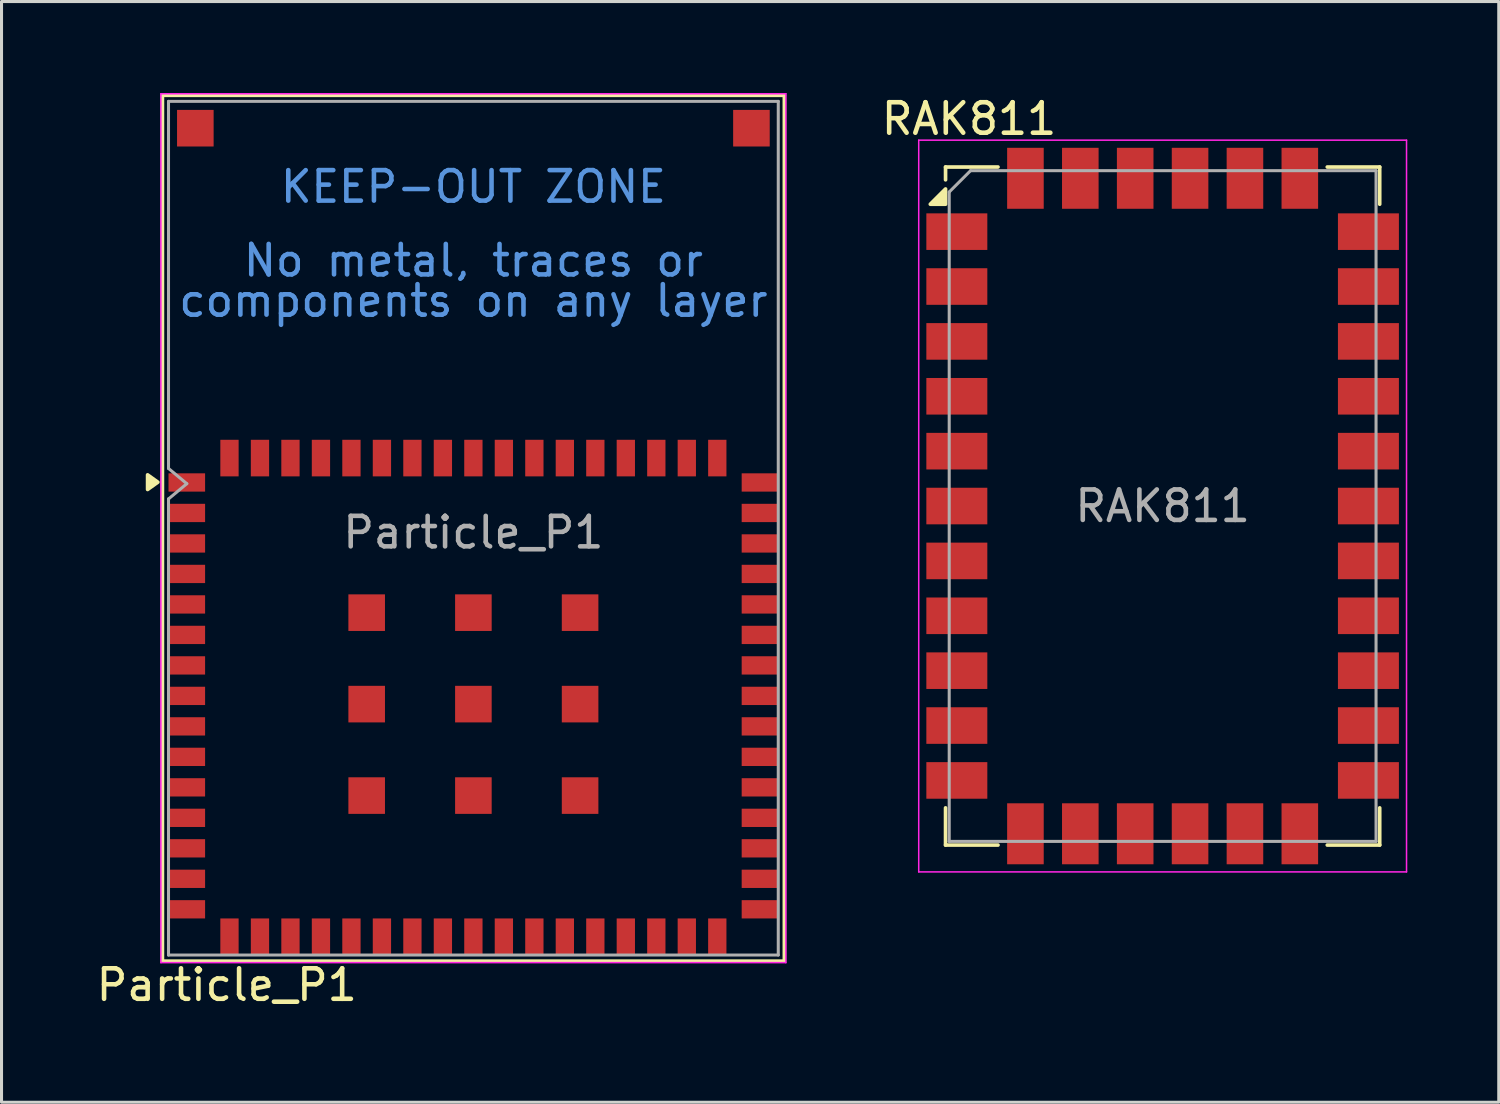
<source format=kicad_pcb>
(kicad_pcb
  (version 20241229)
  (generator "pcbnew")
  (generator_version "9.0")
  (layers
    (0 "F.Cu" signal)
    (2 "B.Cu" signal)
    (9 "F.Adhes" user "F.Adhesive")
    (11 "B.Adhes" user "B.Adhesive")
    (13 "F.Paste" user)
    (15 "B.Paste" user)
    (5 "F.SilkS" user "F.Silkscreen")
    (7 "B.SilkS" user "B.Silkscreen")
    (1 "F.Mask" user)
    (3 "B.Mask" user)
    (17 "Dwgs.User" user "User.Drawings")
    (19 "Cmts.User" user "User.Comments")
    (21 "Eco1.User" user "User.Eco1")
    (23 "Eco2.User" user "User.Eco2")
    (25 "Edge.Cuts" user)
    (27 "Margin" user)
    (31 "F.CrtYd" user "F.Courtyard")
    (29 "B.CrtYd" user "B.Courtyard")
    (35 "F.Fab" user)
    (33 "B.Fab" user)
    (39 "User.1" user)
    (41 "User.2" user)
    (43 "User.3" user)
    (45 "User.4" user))
  (footprint "RAK811"
    (layer "F.Cu")
    (at 35.084 13.548)
    (property "Reference" "RAK811" (at -6.35 -12.7 0) (layer "F.SilkS") (effects (font (size 1 1) (thickness 0.15))))
    (attr smd)
    (fp_line (start -7.12 -11.12) (end -7.12 -10.7) (stroke (width 0.12) (type solid)) (layer "F.SilkS"))
    (fp_line (start -7.12 -11.12) (end -5.4 -11.12) (stroke (width 0.12) (type solid)) (layer "F.SilkS"))
    (fp_line (start -7.12 11.12) (end -7.12 9.9) (stroke (width 0.12) (type solid)) (layer "F.SilkS"))
    (fp_line (start -5.4 11.12) (end -7.12 11.12) (stroke (width 0.12) (type solid)) (layer "F.SilkS"))
    (fp_line (start 5.4 -11.12) (end 7.12 -11.12) (stroke (width 0.12) (type solid)) (layer "F.SilkS"))
    (fp_line (start 5.4 11.12) (end 7.12 11.12) (stroke (width 0.12) (type solid)) (layer "F.SilkS"))
    (fp_line (start 7.12 -11.12) (end 7.12 -9.9) (stroke (width 0.12) (type solid)) (layer "F.SilkS"))
    (fp_line (start 7.12 9.9) (end 7.12 11.12) (stroke (width 0.12) (type solid)) (layer "F.SilkS"))
    (fp_poly (pts (xy -7.12 -9.9) (xy -7.62 -9.9) (xy -7.12 -10.4) (xy -7.12 -9.9)) (stroke (width 0.12) (type solid)) (fill yes) (layer "F.SilkS"))
    (fp_line (start -8 -12) (end -8 12) (stroke (width 0.05) (type solid)) (layer "F.CrtYd"))
    (fp_line (start -8 -12) (end 8 -12) (stroke (width 0.05) (type solid)) (layer "F.CrtYd"))
    (fp_line (start -8 12) (end 8 12) (stroke (width 0.05) (type solid)) (layer "F.CrtYd"))
    (fp_line (start 8 -12) (end 8 12) (stroke (width 0.05) (type solid)) (layer "F.CrtYd"))
    (fp_line (start -7 -10.3) (end -7 11) (stroke (width 0.1) (type solid)) (layer "F.Fab"))
    (fp_line (start -6.3 -11) (end -7 -10.3) (stroke (width 0.1) (type solid)) (layer "F.Fab"))
    (fp_line (start 7 -11) (end -6.3 -11) (stroke (width 0.1) (type solid)) (layer "F.Fab"))
    (fp_line (start 7 -11) (end 7 11) (stroke (width 0.1) (type solid)) (layer "F.Fab"))
    (fp_line (start 7 11) (end -7 11) (stroke (width 0.1) (type solid)) (layer "F.Fab"))
    (fp_text user "${REFERENCE}" (at 0 0 0) (layer "F.Fab") (effects (font (size 1 1) (thickness 0.15))))
    (pad "1" smd rect (at -6.75 -9) (size 2 1.2) (layers "F.Cu" "F.Mask" "F.Paste"))
    (pad "2" smd rect (at -6.75 -7.2) (size 2 1.2) (layers "F.Cu" "F.Mask" "F.Paste"))
    (pad "3" smd rect (at -6.75 -5.4) (size 2 1.2) (layers "F.Cu" "F.Mask" "F.Paste"))
    (pad "4" smd rect (at -6.75 -3.6) (size 2 1.2) (layers "F.Cu" "F.Mask" "F.Paste"))
    (pad "5" smd rect (at -6.75 -1.8) (size 2 1.2) (layers "F.Cu" "F.Mask" "F.Paste"))
    (pad "6" smd rect (at -6.75 0) (size 2 1.2) (layers "F.Cu" "F.Mask" "F.Paste"))
    (pad "7" smd rect (at -6.75 1.8) (size 2 1.2) (layers "F.Cu" "F.Mask" "F.Paste"))
    (pad "8" smd rect (at -6.75 3.6) (size 2 1.2) (layers "F.Cu" "F.Mask" "F.Paste"))
    (pad "9" smd rect (at -6.75 5.4) (size 2 1.2) (layers "F.Cu" "F.Mask" "F.Paste"))
    (pad "10" smd rect (at -6.75 7.2) (size 2 1.2) (layers "F.Cu" "F.Mask" "F.Paste"))
    (pad "11" smd rect (at -6.75 9) (size 2 1.2) (layers "F.Cu" "F.Mask" "F.Paste"))
    (pad "12" smd rect (at -4.5 10.75) (size 1.2 2) (layers "F.Cu" "F.Mask" "F.Paste"))
    (pad "13" smd rect (at -2.7 10.75) (size 1.2 2) (layers "F.Cu" "F.Mask" "F.Paste"))
    (pad "14" smd rect (at -0.9 10.75) (size 1.2 2) (layers "F.Cu" "F.Mask" "F.Paste"))
    (pad "15" smd rect (at 0.9 10.75) (size 1.2 2) (layers "F.Cu" "F.Mask" "F.Paste"))
    (pad "16" smd rect (at 2.7 10.75) (size 1.2 2) (layers "F.Cu" "F.Mask" "F.Paste"))
    (pad "17" smd rect (at 4.5 10.75) (size 1.2 2) (layers "F.Cu" "F.Mask" "F.Paste"))
    (pad "18" smd rect (at 6.75 9) (size 2 1.2) (layers "F.Cu" "F.Mask" "F.Paste"))
    (pad "19" smd rect (at 6.75 7.2) (size 2 1.2) (layers "F.Cu" "F.Mask" "F.Paste"))
    (pad "20" smd rect (at 6.75 5.4) (size 2 1.2) (layers "F.Cu" "F.Mask" "F.Paste"))
    (pad "21" smd rect (at 6.75 3.6) (size 2 1.2) (layers "F.Cu" "F.Mask" "F.Paste"))
    (pad "22" smd rect (at 6.75 1.8) (size 2 1.2) (layers "F.Cu" "F.Mask" "F.Paste"))
    (pad "23" smd rect (at 6.75 0) (size 2 1.2) (layers "F.Cu" "F.Mask" "F.Paste"))
    (pad "24" smd rect (at 6.75 -1.8) (size 2 1.2) (layers "F.Cu" "F.Mask" "F.Paste"))
    (pad "25" smd rect (at 6.75 -3.6) (size 2 1.2) (layers "F.Cu" "F.Mask" "F.Paste"))
    (pad "26" smd rect (at 6.75 -5.4) (size 2 1.2) (layers "F.Cu" "F.Mask" "F.Paste"))
    (pad "27" smd rect (at 6.75 -7.2) (size 2 1.2) (layers "F.Cu" "F.Mask" "F.Paste"))
    (pad "28" smd rect (at 6.75 -9) (size 2 1.2) (layers "F.Cu" "F.Mask" "F.Paste"))
    (pad "29" smd rect (at 4.5 -10.75) (size 1.2 2) (layers "F.Cu" "F.Mask" "F.Paste"))
    (pad "30" smd rect (at 2.7 -10.75) (size 1.2 2) (layers "F.Cu" "F.Mask" "F.Paste"))
    (pad "31" smd rect (at 0.9 -10.75) (size 1.2 2) (layers "F.Cu" "F.Mask" "F.Paste"))
    (pad "32" smd rect (at -0.9 -10.75) (size 1.2 2) (layers "F.Cu" "F.Mask" "F.Paste"))
    (pad "33" smd rect (at -2.7 -10.75) (size 1.2 2) (layers "F.Cu" "F.Mask" "F.Paste"))
    (pad "34" smd rect (at -4.5 -10.75) (size 1.2 2) (layers "F.Cu" "F.Mask" "F.Paste")))
  (footprint "Particle_P1"
    (layer "F.Cu")
    (at 12.477 14.415)
    (property "Reference" "Particle_P1" (at -8.09 14.84 180) (layer "F.SilkS") (effects (font (size 1 1) (thickness 0.15))))
    (attr smd)
    (fp_line (start -10.2 -14.34) (end 10.2 -14.34) (stroke (width 0.12) (type solid)) (layer "F.SilkS"))
    (fp_line (start -10.2 14.06) (end -10.2 -14.34) (stroke (width 0.12) (type solid)) (layer "F.SilkS"))
    (fp_line (start 10.2 -14.34) (end 10.2 14.06) (stroke (width 0.12) (type solid)) (layer "F.SilkS"))
    (fp_line (start 10.2 14.06) (end -10.2 14.06) (stroke (width 0.12) (type solid)) (layer "F.SilkS"))
    (fp_poly (pts (xy -10.35 -1.65) (xy -10.686 -1.41) (xy -10.686 -1.89) (xy -10.35 -1.65)) (stroke (width 0.12) (type solid)) (fill yes) (layer "F.SilkS"))
    (fp_line (start -10.25 14.11) (end -10.25 -14.39) (stroke (width 0.05) (type solid)) (layer "F.CrtYd"))
    (fp_line (start -10.25 14.11) (end 10.25 14.11) (stroke (width 0.05) (type solid)) (layer "F.CrtYd"))
    (fp_line (start 10.25 -14.39) (end -10.25 -14.39) (stroke (width 0.05) (type solid)) (layer "F.CrtYd"))
    (fp_line (start 10.25 -14.39) (end 10.25 14.11) (stroke (width 0.05) (type solid)) (layer "F.CrtYd"))
    (fp_line (start -10 -2.1) (end -10 -14.14) (stroke (width 0.1) (type solid)) (layer "F.Fab"))
    (fp_line (start -10 -2.1) (end -9.4 -1.6) (stroke (width 0.1) (type solid)) (layer "F.Fab"))
    (fp_line (start -10 13.86) (end -10 -1.1) (stroke (width 0.1) (type solid)) (layer "F.Fab"))
    (fp_line (start -10 13.86) (end 10 13.86) (stroke (width 0.1) (type solid)) (layer "F.Fab"))
    (fp_line (start -9.4 -1.6) (end -10 -1.1) (stroke (width 0.1) (type solid)) (layer "F.Fab"))
    (fp_line (start 10 -14.14) (end -10 -14.14) (stroke (width 0.1) (type solid)) (layer "F.Fab"))
    (fp_line (start 10 13.86) (end 10 -14.14) (stroke (width 0.1) (type solid)) (layer "F.Fab"))
    (fp_text user "No metal, traces or" (at 0 -8.92 0) (layer "Cmts.User") (effects (font (size 1 1) (thickness 0.15))))
    (fp_text user "components on any layer" (at 0 -7.6 0) (layer "Cmts.User") (effects (font (size 1 1) (thickness 0.15))))
    (fp_text user "KEEP-OUT ZONE" (at 0 -11.34 0) (layer "Cmts.User") (effects (font (size 1 1) (thickness 0.15))))
    (fp_text user "${REFERENCE}" (at 0 0 0) (layer "F.Fab") (effects (font (size 1 1) (thickness 0.15))))
    (pad "1" smd rect (at -9.4 -1.64 270) (size 0.6 1.2) (layers "F.Cu" "F.Mask" "F.Paste"))
    (pad "2" smd rect (at -9.4 -0.64 270) (size 0.6 1.2) (layers "F.Cu" "F.Mask" "F.Paste"))
    (pad "3" smd rect (at -9.4 0.36 270) (size 0.6 1.2) (layers "F.Cu" "F.Mask" "F.Paste"))
    (pad "4" smd rect (at -9.4 1.36 270) (size 0.6 1.2) (layers "F.Cu" "F.Mask" "F.Paste"))
    (pad "5" smd rect (at -9.4 2.36 270) (size 0.6 1.2) (layers "F.Cu" "F.Mask" "F.Paste"))
    (pad "6" smd rect (at -9.4 3.36 270) (size 0.6 1.2) (layers "F.Cu" "F.Mask" "F.Paste"))
    (pad "7" smd rect (at -9.4 4.36 270) (size 0.6 1.2) (layers "F.Cu" "F.Mask" "F.Paste"))
    (pad "8" smd rect (at -9.4 5.36 270) (size 0.6 1.2) (layers "F.Cu" "F.Mask" "F.Paste"))
    (pad "9" smd rect (at -9.4 6.36 270) (size 0.6 1.2) (layers "F.Cu" "F.Mask" "F.Paste"))
    (pad "10" smd rect (at -9.4 7.36 270) (size 0.6 1.2) (layers "F.Cu" "F.Mask" "F.Paste"))
    (pad "11" smd rect (at -9.4 8.36 270) (size 0.6 1.2) (layers "F.Cu" "F.Mask" "F.Paste"))
    (pad "12" smd rect (at -9.4 9.36 270) (size 0.6 1.2) (layers "F.Cu" "F.Mask" "F.Paste"))
    (pad "13" smd rect (at -9.4 10.36 270) (size 0.6 1.2) (layers "F.Cu" "F.Mask" "F.Paste"))
    (pad "14" smd rect (at -9.4 11.36 270) (size 0.6 1.2) (layers "F.Cu" "F.Mask" "F.Paste"))
    (pad "15" smd rect (at -9.4 12.36 270) (size 0.6 1.2) (layers "F.Cu" "F.Mask" "F.Paste"))
    (pad "16" smd rect (at -8 13.26 270) (size 1.2 0.6) (layers "F.Cu" "F.Mask" "F.Paste"))
    (pad "17" smd rect (at -7 13.26 270) (size 1.2 0.6) (layers "F.Cu" "F.Mask" "F.Paste"))
    (pad "18" smd rect (at -6 13.26 270) (size 1.2 0.6) (layers "F.Cu" "F.Mask" "F.Paste"))
    (pad "19" smd rect (at -5 13.26 270) (size 1.2 0.6) (layers "F.Cu" "F.Mask" "F.Paste"))
    (pad "20" smd rect (at -4 13.26 270) (size 1.2 0.6) (layers "F.Cu" "F.Mask" "F.Paste"))
    (pad "21" smd rect (at -3 13.26 270) (size 1.2 0.6) (layers "F.Cu" "F.Mask" "F.Paste"))
    (pad "22" smd rect (at -2 13.26 270) (size 1.2 0.6) (layers "F.Cu" "F.Mask" "F.Paste"))
    (pad "23" smd rect (at -1 13.26 270) (size 1.2 0.6) (layers "F.Cu" "F.Mask" "F.Paste"))
    (pad "24" smd rect (at 0 13.26 270) (size 1.2 0.6) (layers "F.Cu" "F.Mask" "F.Paste"))
    (pad "25" smd rect (at 1 13.26 270) (size 1.2 0.6) (layers "F.Cu" "F.Mask" "F.Paste"))
    (pad "26" smd rect (at 2 13.26 270) (size 1.2 0.6) (layers "F.Cu" "F.Mask" "F.Paste"))
    (pad "27" smd rect (at 3 13.26 270) (size 1.2 0.6) (layers "F.Cu" "F.Mask" "F.Paste"))
    (pad "28" smd rect (at 4 13.26 270) (size 1.2 0.6) (layers "F.Cu" "F.Mask" "F.Paste"))
    (pad "29" smd rect (at 5 13.26 270) (size 1.2 0.6) (layers "F.Cu" "F.Mask" "F.Paste"))
    (pad "30" smd rect (at 6 13.26 270) (size 1.2 0.6) (layers "F.Cu" "F.Mask" "F.Paste"))
    (pad "31" smd rect (at 7 13.26 270) (size 1.2 0.6) (layers "F.Cu" "F.Mask" "F.Paste"))
    (pad "32" smd rect (at 8 13.26 270) (size 1.2 0.6) (layers "F.Cu" "F.Mask" "F.Paste"))
    (pad "33" smd rect (at 9.4 12.36 270) (size 0.6 1.2) (layers "F.Cu" "F.Mask" "F.Paste"))
    (pad "34" smd rect (at 9.4 11.36 270) (size 0.6 1.2) (layers "F.Cu" "F.Mask" "F.Paste"))
    (pad "35" smd rect (at 9.4 10.36 270) (size 0.6 1.2) (layers "F.Cu" "F.Mask" "F.Paste"))
    (pad "36" smd rect (at 9.4 9.36 270) (size 0.6 1.2) (layers "F.Cu" "F.Mask" "F.Paste"))
    (pad "37" smd rect (at 9.4 8.36 270) (size 0.6 1.2) (layers "F.Cu" "F.Mask" "F.Paste"))
    (pad "38" smd rect (at 9.4 7.36 270) (size 0.6 1.2) (layers "F.Cu" "F.Mask" "F.Paste"))
    (pad "39" smd rect (at 9.4 6.36 270) (size 0.6 1.2) (layers "F.Cu" "F.Mask" "F.Paste"))
    (pad "40" smd rect (at 9.4 5.36 270) (size 0.6 1.2) (layers "F.Cu" "F.Mask" "F.Paste"))
    (pad "41" smd rect (at 9.4 4.36 270) (size 0.6 1.2) (layers "F.Cu" "F.Mask" "F.Paste"))
    (pad "42" smd rect (at 9.4 3.36 270) (size 0.6 1.2) (layers "F.Cu" "F.Mask" "F.Paste"))
    (pad "43" smd rect (at 9.4 2.36 270) (size 0.6 1.2) (layers "F.Cu" "F.Mask" "F.Paste"))
    (pad "44" smd rect (at 9.4 1.36 270) (size 0.6 1.2) (layers "F.Cu" "F.Mask" "F.Paste"))
    (pad "45" smd rect (at 9.4 0.36 270) (size 0.6 1.2) (layers "F.Cu" "F.Mask" "F.Paste"))
    (pad "46" smd rect (at 9.4 -0.64 270) (size 0.6 1.2) (layers "F.Cu" "F.Mask" "F.Paste"))
    (pad "47" smd rect (at 9.4 -1.64 270) (size 0.6 1.2) (layers "F.Cu" "F.Mask" "F.Paste"))
    (pad "48" smd rect (at 8 -2.44 270) (size 1.2 0.6) (layers "F.Cu" "F.Mask" "F.Paste"))
    (pad "49" smd rect (at 7 -2.44 270) (size 1.2 0.6) (layers "F.Cu" "F.Mask" "F.Paste"))
    (pad "50" smd rect (at 6 -2.44 270) (size 1.2 0.6) (layers "F.Cu" "F.Mask" "F.Paste"))
    (pad "51" smd rect (at 5 -2.44 270) (size 1.2 0.6) (layers "F.Cu" "F.Mask" "F.Paste"))
    (pad "52" smd rect (at 4 -2.44 270) (size 1.2 0.6) (layers "F.Cu" "F.Mask" "F.Paste"))
    (pad "53" smd rect (at 3 -2.44 270) (size 1.2 0.6) (layers "F.Cu" "F.Mask" "F.Paste"))
    (pad "54" smd rect (at 2 -2.44 270) (size 1.2 0.6) (layers "F.Cu" "F.Mask" "F.Paste"))
    (pad "55" smd rect (at 1 -2.44 270) (size 1.2 0.6) (layers "F.Cu" "F.Mask" "F.Paste"))
    (pad "56" smd rect (at 0 -2.44 270) (size 1.2 0.6) (layers "F.Cu" "F.Mask" "F.Paste"))
    (pad "57" smd rect (at -1 -2.44 270) (size 1.2 0.6) (layers "F.Cu" "F.Mask" "F.Paste"))
    (pad "58" smd rect (at -2 -2.44 270) (size 1.2 0.6) (layers "F.Cu" "F.Mask" "F.Paste"))
    (pad "59" smd rect (at -3 -2.44 270) (size 1.2 0.6) (layers "F.Cu" "F.Mask" "F.Paste"))
    (pad "60" smd rect (at -4 -2.44 270) (size 1.2 0.6) (layers "F.Cu" "F.Mask" "F.Paste"))
    (pad "61" smd rect (at -5 -2.44 270) (size 1.2 0.6) (layers "F.Cu" "F.Mask" "F.Paste"))
    (pad "62" smd rect (at -6 -2.44 270) (size 1.2 0.6) (layers "F.Cu" "F.Mask" "F.Paste"))
    (pad "63" smd rect (at -7 -2.44 270) (size 1.2 0.6) (layers "F.Cu" "F.Mask" "F.Paste"))
    (pad "64" smd rect (at -8 -2.44 270) (size 1.2 0.6) (layers "F.Cu" "F.Mask" "F.Paste"))
    (pad "65" smd rect (at -3.5 2.63 270) (size 1.2 1.2) (layers "F.Cu" "F.Mask" "F.Paste"))
    (pad "66" smd rect (at -3.5 5.63 270) (size 1.2 1.2) (layers "F.Cu" "F.Mask" "F.Paste"))
    (pad "67" smd rect (at -3.5 8.63 270) (size 1.2 1.2) (layers "F.Cu" "F.Mask" "F.Paste"))
    (pad "68" smd rect (at 0 2.63 270) (size 1.2 1.2) (layers "F.Cu" "F.Mask" "F.Paste"))
    (pad "69" smd rect (at 0 5.63 270) (size 1.2 1.2) (layers "F.Cu" "F.Mask" "F.Paste"))
    (pad "70" smd rect (at 0 8.63 270) (size 1.2 1.2) (layers "F.Cu" "F.Mask" "F.Paste"))
    (pad "71" smd rect (at 3.5 2.63 270) (size 1.2 1.2) (layers "F.Cu" "F.Mask" "F.Paste"))
    (pad "72" smd rect (at 3.5 5.63 270) (size 1.2 1.2) (layers "F.Cu" "F.Mask" "F.Paste"))
    (pad "73" smd rect (at 3.5 8.63 270) (size 1.2 1.2) (layers "F.Cu" "F.Mask" "F.Paste"))
    (pad "74" smd rect (at 9.12 -13.26 270) (size 1.2 1.2) (layers "F.Cu" "F.Mask" "F.Paste"))
    (pad "75" smd rect (at -9.12 -13.26 270) (size 1.2 1.2) (layers "F.Cu" "F.Mask" "F.Paste"))
    (zone (net_name "") (layer "F.Cu") (hatch full 0.508) (connect_pads) (min_thickness 0.254) (filled_areas_thickness no) (keepout (tracks not_allowed) (vias not_allowed) (pads not_allowed) (copperpour not_allowed) (footprints not_allowed)) (placement (enabled no)) (fill) (polygon (pts (xy 4.782 13.275) (xy 4.763 13.171) (xy 4.71 13.079) (xy 4.629 13.011) (xy 4.53 12.975) (xy 4.424 12.975) (xy 4.325 13.011) (xy 4.244 13.079) (xy 4.191 13.171) (xy 4.172 13.275) (xy 4.191 13.379) (xy 4.244 13.471) (xy 4.325 13.539) (xy 4.424 13.575) (xy 4.53 13.575) (xy 4.629 13.539) (xy 4.71 13.471) (xy 4.763 13.379))))
    (zone (net_name "") (layers "F.Cu" "B.Cu") (hatch full 0.508) (connect_pads) (min_thickness 0.254) (filled_areas_thickness no) (keepout (tracks not_allowed) (vias not_allowed) (pads not_allowed) (copperpour not_allowed) (footprints not_allowed)) (placement (enabled no)) (fill) (polygon (pts (xy 2.477 1.755) (xy 2.477 11.375) (xy 22.477 11.375) (xy 22.477 1.755) (xy 20.997 1.755) (xy 20.997 0.275) (xy 3.957 0.275) (xy 3.957 1.755)))))
  (gr_rect
    (start -3 -3)
    (end 46.109 33.103)
    (stroke (width 0.1) (type default))
    (fill no)
    (layer "Edge.Cuts")))
</source>
